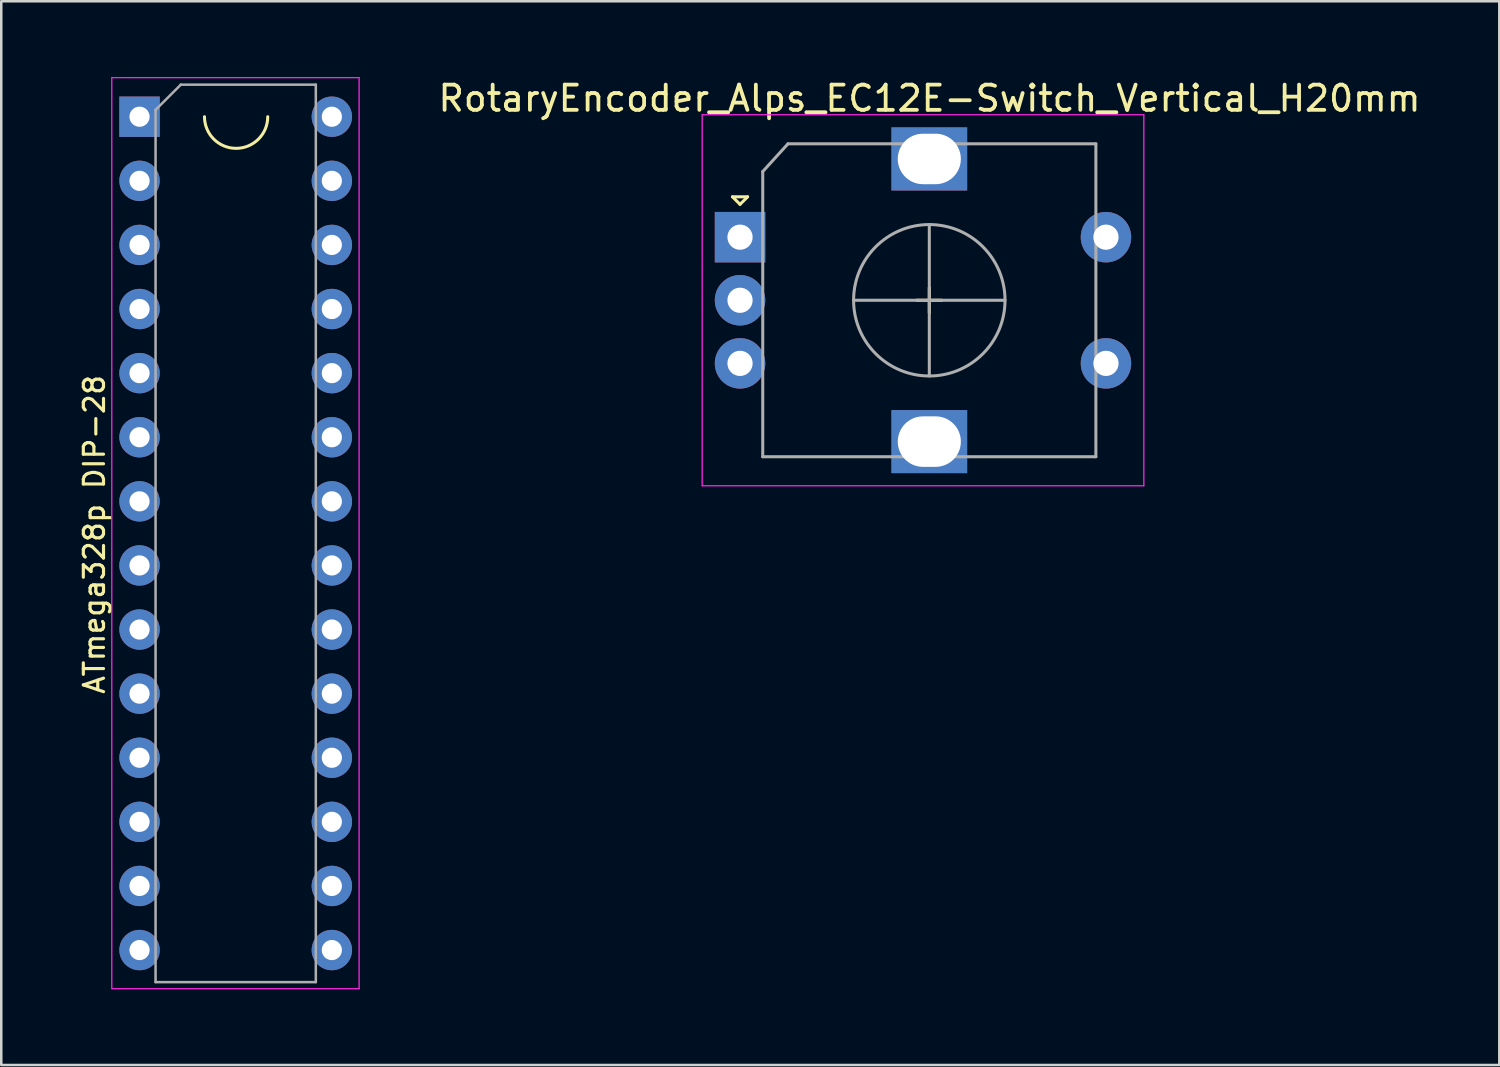
<source format=kicad_pcb>
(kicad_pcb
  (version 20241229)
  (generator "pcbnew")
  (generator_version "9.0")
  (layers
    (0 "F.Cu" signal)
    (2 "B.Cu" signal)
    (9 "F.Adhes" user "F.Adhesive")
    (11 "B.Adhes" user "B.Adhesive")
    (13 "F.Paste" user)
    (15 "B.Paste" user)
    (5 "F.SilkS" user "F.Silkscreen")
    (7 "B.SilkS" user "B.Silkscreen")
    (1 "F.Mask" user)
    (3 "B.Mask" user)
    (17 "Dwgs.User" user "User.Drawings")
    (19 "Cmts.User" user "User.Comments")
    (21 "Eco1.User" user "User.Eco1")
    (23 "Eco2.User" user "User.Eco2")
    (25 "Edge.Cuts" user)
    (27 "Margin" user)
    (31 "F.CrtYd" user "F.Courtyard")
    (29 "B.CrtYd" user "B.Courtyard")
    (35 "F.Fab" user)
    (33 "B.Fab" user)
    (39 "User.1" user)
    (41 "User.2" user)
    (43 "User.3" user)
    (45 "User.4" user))
  (footprint "ATmega328p DIP-28"
    (layer "F.Cu")
    (at 6.289 18.085)
    (property "Reference" "ATmega328p DIP-28" (at -5.601 0.042 270) (layer "F.SilkS") (effects (font (size 0.8 0.8) (thickness 0.125))))
    (attr through_hole)
    (fp_arc (start 1.27 -16.51) (mid 0.016809 -15.256809) (end -1.236382 -16.51) (stroke (width 0.12) (type solid)) (layer "F.SilkS"))
    (fp_line (start -4.91 -18.06) (end -4.91 18.04) (stroke (width 0.05) (type solid)) (layer "F.CrtYd"))
    (fp_line (start -4.91 18.04) (end 4.89 18.04) (stroke (width 0.05) (type solid)) (layer "F.CrtYd"))
    (fp_line (start 4.89 -18.06) (end -4.91 -18.06) (stroke (width 0.05) (type solid)) (layer "F.CrtYd"))
    (fp_line (start 4.89 18.04) (end 4.89 -18.06) (stroke (width 0.05) (type solid)) (layer "F.CrtYd"))
    (fp_line (start -3.175 -16.78) (end -2.175 -17.78) (stroke (width 0.1) (type solid)) (layer "F.Fab"))
    (fp_line (start -3.175 17.78) (end -3.175 -16.78) (stroke (width 0.1) (type solid)) (layer "F.Fab"))
    (fp_line (start -2.175 -17.78) (end 3.175 -17.78) (stroke (width 0.1) (type solid)) (layer "F.Fab"))
    (fp_line (start 3.175 -17.78) (end 3.175 17.78) (stroke (width 0.1) (type solid)) (layer "F.Fab"))
    (fp_line (start 3.175 17.78) (end -3.175 17.78) (stroke (width 0.1) (type solid)) (layer "F.Fab"))
    (pad "1" thru_hole rect (at -3.81 -16.51) (size 1.6 1.6) (drill 0.8) (layers "*.Cu" "*.Mask"))
    (pad "2" thru_hole oval (at -3.81 -13.97) (size 1.6 1.6) (drill 0.8) (layers "*.Cu" "*.Mask"))
    (pad "3" thru_hole oval (at -3.81 -11.43) (size 1.6 1.6) (drill 0.8) (layers "*.Cu" "*.Mask"))
    (pad "4" thru_hole oval (at -3.81 -8.89) (size 1.6 1.6) (drill 0.8) (layers "*.Cu" "*.Mask"))
    (pad "5" thru_hole oval (at -3.81 -6.35) (size 1.6 1.6) (drill 0.8) (layers "*.Cu" "*.Mask"))
    (pad "6" thru_hole oval (at -3.81 -3.81) (size 1.6 1.6) (drill 0.8) (layers "*.Cu" "*.Mask"))
    (pad "7" thru_hole oval (at -3.81 -1.27) (size 1.6 1.6) (drill 0.8) (layers "*.Cu" "*.Mask"))
    (pad "8" thru_hole oval (at -3.81 1.27) (size 1.6 1.6) (drill 0.8) (layers "*.Cu" "*.Mask"))
    (pad "9" thru_hole oval (at -3.81 3.81) (size 1.6 1.6) (drill 0.8) (layers "*.Cu" "*.Mask"))
    (pad "10" thru_hole oval (at -3.81 6.35) (size 1.6 1.6) (drill 0.8) (layers "*.Cu" "*.Mask"))
    (pad "11" thru_hole oval (at -3.81 8.89) (size 1.6 1.6) (drill 0.8) (layers "*.Cu" "*.Mask"))
    (pad "12" thru_hole oval (at -3.81 11.43) (size 1.6 1.6) (drill 0.8) (layers "*.Cu" "*.Mask"))
    (pad "13" thru_hole oval (at -3.81 13.97) (size 1.6 1.6) (drill 0.8) (layers "*.Cu" "*.Mask"))
    (pad "14" thru_hole oval (at -3.81 16.51) (size 1.6 1.6) (drill 0.8) (layers "*.Cu" "*.Mask"))
    (pad "15" thru_hole oval (at 3.81 16.51) (size 1.6 1.6) (drill 0.8) (layers "*.Cu" "*.Mask"))
    (pad "16" thru_hole oval (at 3.81 13.97) (size 1.6 1.6) (drill 0.8) (layers "*.Cu" "*.Mask"))
    (pad "17" thru_hole oval (at 3.81 11.43) (size 1.6 1.6) (drill 0.8) (layers "*.Cu" "*.Mask"))
    (pad "18" thru_hole oval (at 3.81 8.89) (size 1.6 1.6) (drill 0.8) (layers "*.Cu" "*.Mask"))
    (pad "19" thru_hole oval (at 3.81 6.35) (size 1.6 1.6) (drill 0.8) (layers "*.Cu" "*.Mask"))
    (pad "20" thru_hole oval (at 3.81 3.81) (size 1.6 1.6) (drill 0.8) (layers "*.Cu" "*.Mask"))
    (pad "21" thru_hole oval (at 3.81 1.27) (size 1.6 1.6) (drill 0.8) (layers "*.Cu" "*.Mask"))
    (pad "22" thru_hole oval (at 3.81 -1.27) (size 1.6 1.6) (drill 0.8) (layers "*.Cu" "*.Mask"))
    (pad "23" thru_hole oval (at 3.81 -3.81) (size 1.6 1.6) (drill 0.8) (layers "*.Cu" "*.Mask"))
    (pad "24" thru_hole oval (at 3.81 -6.35) (size 1.6 1.6) (drill 0.8) (layers "*.Cu" "*.Mask"))
    (pad "25" thru_hole oval (at 3.81 -8.89) (size 1.6 1.6) (drill 0.8) (layers "*.Cu" "*.Mask"))
    (pad "26" thru_hole oval (at 3.81 -11.43) (size 1.6 1.6) (drill 0.8) (layers "*.Cu" "*.Mask"))
    (pad "27" thru_hole oval (at 3.81 -13.97) (size 1.6 1.6) (drill 0.8) (layers "*.Cu" "*.Mask"))
    (pad "28" thru_hole oval (at 3.81 -16.51) (size 1.6 1.6) (drill 0.8) (layers "*.Cu" "*.Mask")))
  (footprint "RotaryEncoder_Alps_EC12E-Switch_Vertical_H20mm"
    (layer "F.Cu")
    (at 33.781 8.848)
    (property "Reference" "RotaryEncoder_Alps_EC12E-Switch_Vertical_H20mm" (at 0 -8 0) (layer "F.SilkS") (effects (font (size 1 1) (thickness 0.15))))
    (attr through_hole)
    (fp_line (start -7.808 -4.1) (end -7.208 -4.1) (stroke (width 0.12) (type solid)) (layer "F.SilkS"))
    (fp_line (start -7.508 -3.8) (end -7.808 -4.1) (stroke (width 0.12) (type solid)) (layer "F.SilkS"))
    (fp_line (start -7.208 -4.1) (end -7.508 -3.8) (stroke (width 0.12) (type solid)) (layer "F.SilkS"))
    (fp_line (start -0.508 0) (end 0.492 0) (stroke (width 0.12) (type solid)) (layer "F.SilkS"))
    (fp_line (start -0.008 -0.5) (end -0.008 0.5) (stroke (width 0.12) (type solid)) (layer "F.SilkS"))
    (fp_line (start -9.008 -7.35) (end -9.008 7.35) (stroke (width 0.05) (type solid)) (layer "F.CrtYd"))
    (fp_line (start -9.008 -7.35) (end 8.492 -7.35) (stroke (width 0.05) (type solid)) (layer "F.CrtYd"))
    (fp_line (start 8.492 7.35) (end -9.008 7.35) (stroke (width 0.05) (type solid)) (layer "F.CrtYd"))
    (fp_line (start 8.492 7.35) (end 8.492 -7.35) (stroke (width 0.05) (type solid)) (layer "F.CrtYd"))
    (fp_line (start -6.608 -5.1) (end -5.608 -6.2) (stroke (width 0.12) (type solid)) (layer "F.Fab"))
    (fp_line (start -6.608 6.2) (end -6.608 -5.1) (stroke (width 0.12) (type solid)) (layer "F.Fab"))
    (fp_line (start -5.608 -6.2) (end 6.592 -6.2) (stroke (width 0.12) (type solid)) (layer "F.Fab"))
    (fp_line (start -3.008 0) (end 2.992 0) (stroke (width 0.12) (type solid)) (layer "F.Fab"))
    (fp_line (start -0.008 -3) (end -0.008 3) (stroke (width 0.12) (type solid)) (layer "F.Fab"))
    (fp_line (start 6.592 -6.2) (end 6.592 6.2) (stroke (width 0.12) (type solid)) (layer "F.Fab"))
    (fp_line (start 6.592 6.2) (end -6.608 6.2) (stroke (width 0.12) (type solid)) (layer "F.Fab"))
    (fp_circle (center -0.008 0) (end 2.992 0) (stroke (width 0.12) (type solid)) (fill no) (layer "F.Fab"))
    (pad "A" thru_hole rect (at -7.508 -2.5) (size 2 2) (drill 1) (layers "*.Cu" "*.Mask"))
    (pad "B" thru_hole circle (at -7.508 2.5) (size 2 2) (drill 1) (layers "*.Cu" "*.Mask"))
    (pad "C" thru_hole circle (at -7.508 0) (size 2 2) (drill 1) (layers "*.Cu" "*.Mask"))
    (pad "MP" thru_hole rect (at -0.008 -5.6) (size 3 2.5) (drill oval 2.5 2) (layers "*.Cu" "*.Mask"))
    (pad "MP" thru_hole rect (at -0.008 5.6) (size 3 2.5) (drill oval 2.5 2) (layers "*.Cu" "*.Mask"))
    (pad "S1" thru_hole circle (at 6.992 -2.5) (size 2 2) (drill 1) (layers "*.Cu" "*.Mask"))
    (pad "S2" thru_hole circle (at 6.992 2.5) (size 2 2) (drill 1) (layers "*.Cu" "*.Mask")))
  (gr_rect
    (start -3 -3)
    (end 56.359 39.15)
    (stroke (width 0.1) (type default))
    (fill no)
    (layer "Edge.Cuts")))
</source>
